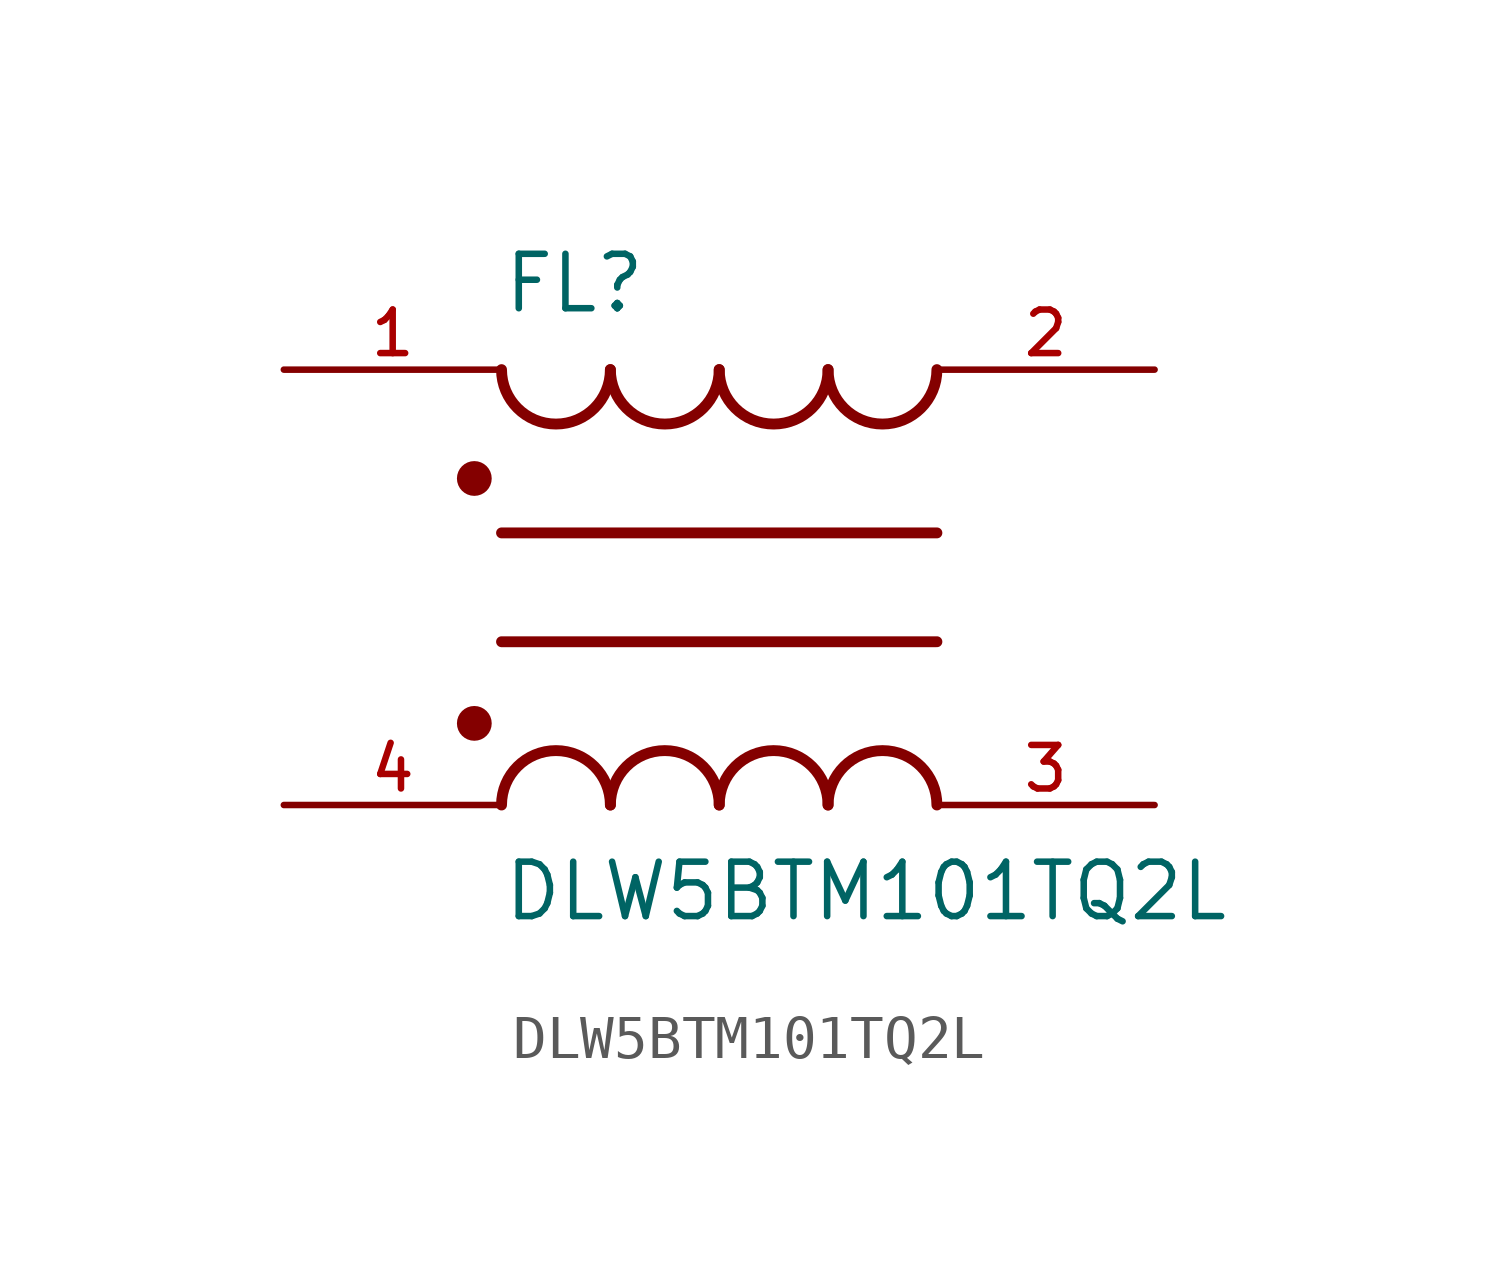
<source format=kicad_sym>
(kicad_symbol_lib
  (version 20211014)
  (generator kicad_symbol_editor)
  (symbol "DLW5BTM101TQ2L"
    (pin_names
      (offset 1.016))
    (property "Reference" "FL"
      (at -5.08 6.35 0)
      (effects (font (size 1.27 1.27)) (justify bottom left)))
    (property "Value" "DLW5BTM101TQ2L"
      (at -5.08 -6.35 0)
      (effects (font (size 1.27 1.27)) (justify top left)))
    (symbol "DLW5BTM101TQ2L_0_0"
      (arc (start -2.54 -5.08) (mid -3.81 -3.81) (end -5.08 -5.08) (stroke (width 0.254) (type default) (color 0 0 0 0)) (fill (type none)))
      (arc (start 0.0 -5.08) (mid -1.27 -3.81) (end -2.54 -5.08) (stroke (width 0.254) (type default) (color 0 0 0 0)) (fill (type none)))
      (arc (start 2.54 -5.08) (mid 1.27 -3.81) (end 0.0 -5.08) (stroke (width 0.254) (type default) (color 0 0 0 0)) (fill (type none)))
      (arc (start 5.08 -5.08) (mid 3.81 -3.81) (end 2.54 -5.08) (stroke (width 0.254) (type default) (color 0 0 0 0)) (fill (type none)))
      (polyline (pts (xy -5.08 -1.27) (xy 5.08 -1.27)) (stroke (width 0.254)))
      (circle (center -5.715 -3.175) (radius 0.203) (stroke (width 0.406)) (fill (type none)))
      (arc (start 2.54 5.08) (mid 3.81 3.81) (end 5.08 5.08) (stroke (width 0.254) (type default) (color 0 0 0 0)) (fill (type none)))
      (arc (start 0.0 5.08) (mid 1.27 3.81) (end 2.54 5.08) (stroke (width 0.254) (type default) (color 0 0 0 0)) (fill (type none)))
      (arc (start -2.54 5.08) (mid -1.27 3.81) (end 0.0 5.08) (stroke (width 0.254) (type default) (color 0 0 0 0)) (fill (type none)))
      (arc (start -5.08 5.08) (mid -3.81 3.81) (end -2.54 5.08) (stroke (width 0.254) (type default) (color 0 0 0 0)) (fill (type none)))
      (polyline (pts (xy 5.08 1.27) (xy -5.08 1.27)) (stroke (width 0.254)))
      (circle (center -5.715 2.54) (radius 0.203) (stroke (width 0.406)) (fill (type none)))
      (pin passive line (at -10.16 5.08 0) (length 5.08) (name "~" (effects (font (size 1.016 1.016)))) (number "1" (effects (font (size 1.016 1.016)))))
      (pin passive line (at 10.16 5.08 180.0) (length 5.08) (name "~" (effects (font (size 1.016 1.016)))) (number "2" (effects (font (size 1.016 1.016)))))
      (pin passive line (at -10.16 -5.08 0) (length 5.08) (name "~" (effects (font (size 1.016 1.016)))) (number "4" (effects (font (size 1.016 1.016)))))
      (pin passive line (at 10.16 -5.08 180.0) (length 5.08) (name "~" (effects (font (size 1.016 1.016)))) (number "3" (effects (font (size 1.016 1.016))))))))
</source>
